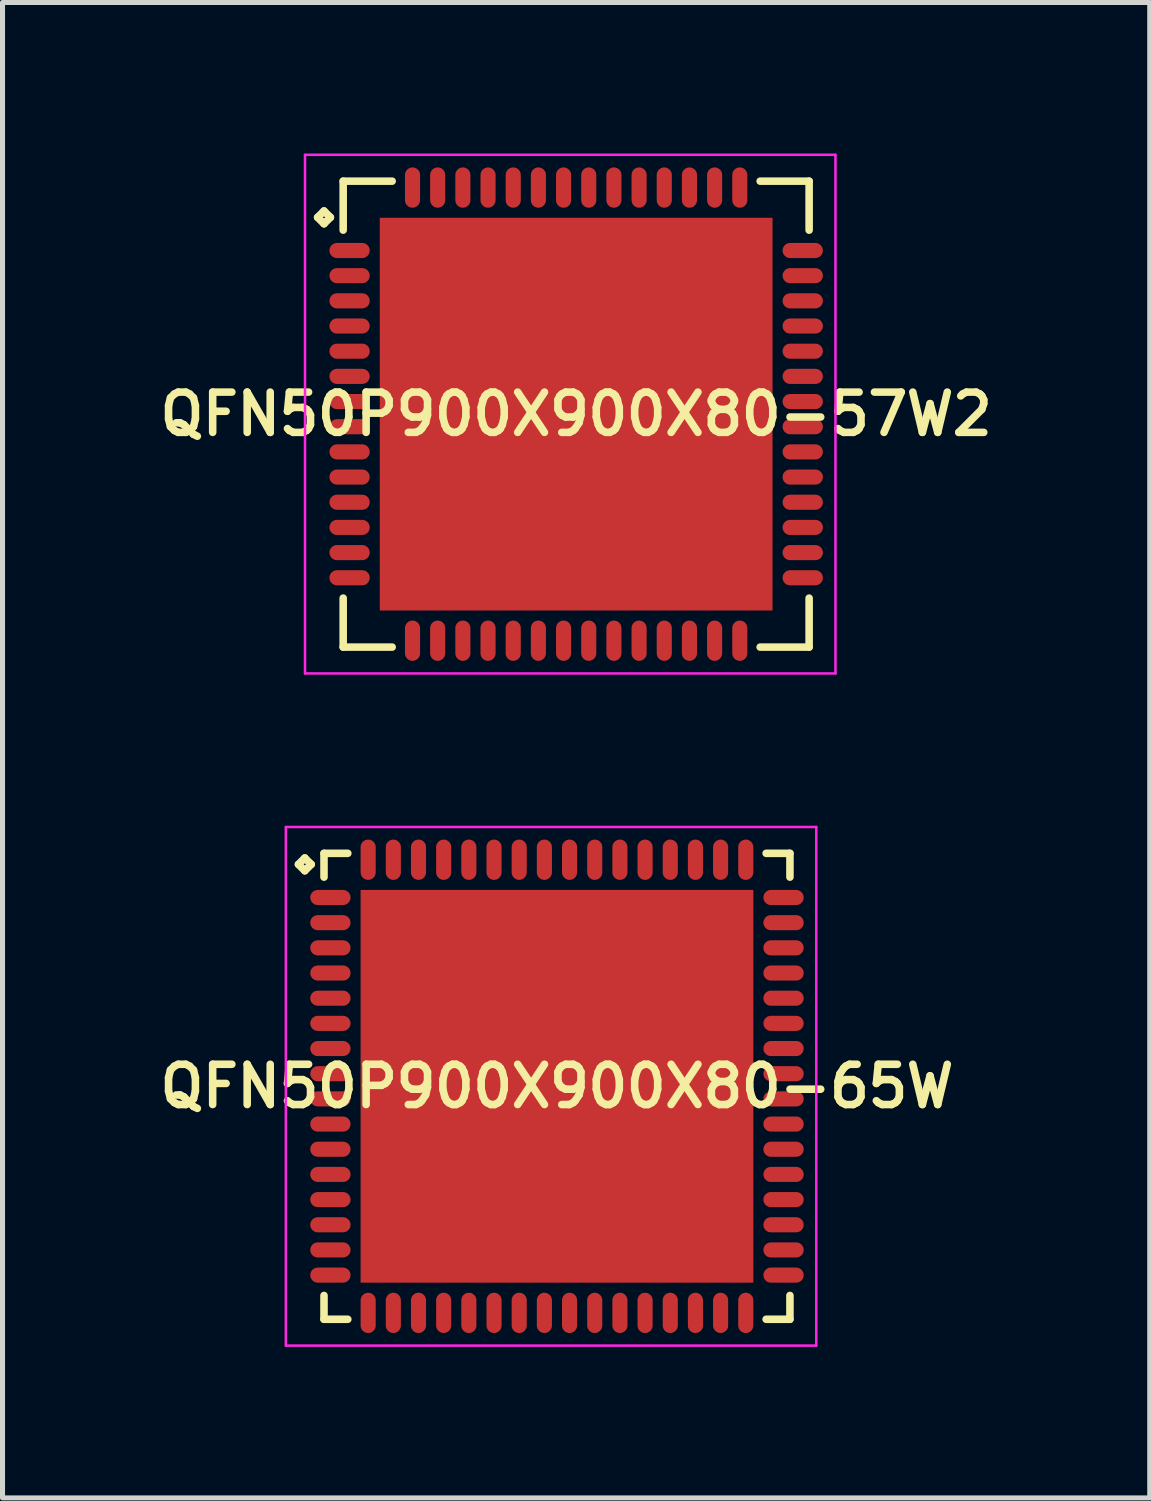
<source format=kicad_pcb>
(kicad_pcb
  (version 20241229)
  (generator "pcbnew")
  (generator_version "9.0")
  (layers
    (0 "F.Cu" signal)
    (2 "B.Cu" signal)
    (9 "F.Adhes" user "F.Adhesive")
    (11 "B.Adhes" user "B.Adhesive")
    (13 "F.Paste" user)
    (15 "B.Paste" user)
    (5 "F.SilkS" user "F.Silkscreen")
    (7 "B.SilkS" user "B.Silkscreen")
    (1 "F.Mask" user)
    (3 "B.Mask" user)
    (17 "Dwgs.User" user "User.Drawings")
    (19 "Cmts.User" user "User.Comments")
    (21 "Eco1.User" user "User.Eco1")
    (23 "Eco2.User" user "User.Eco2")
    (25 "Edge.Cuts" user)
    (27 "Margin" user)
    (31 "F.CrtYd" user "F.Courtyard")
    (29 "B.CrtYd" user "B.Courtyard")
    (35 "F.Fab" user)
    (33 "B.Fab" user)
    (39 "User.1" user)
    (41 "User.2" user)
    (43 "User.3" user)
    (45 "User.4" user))
  (footprint "QFN50P900X900X80-65W"
    (layer "F.Cu")
    (at 8.012 18.525)
    (property "Reference" "QFN50P900X900X80-65W" (at 0 0 0) (layer "F.SilkS") (effects (font (size 0.8 0.8) (thickness 0.15))))
    (attr smd)
    (fp_line (start -5.135 -4.408) (end -5.008 -4.535) (stroke (width 0.15) (type solid)) (layer "F.SilkS"))
    (fp_line (start -5.008 -4.535) (end -4.881 -4.408) (stroke (width 0.15) (type solid)) (layer "F.SilkS"))
    (fp_line (start -5.008 -4.281) (end -5.135 -4.408) (stroke (width 0.15) (type solid)) (layer "F.SilkS"))
    (fp_line (start -4.881 -4.408) (end -5.008 -4.281) (stroke (width 0.15) (type solid)) (layer "F.SilkS"))
    (fp_line (start -4.627 -4.627) (end -4.154 -4.627) (stroke (width 0.15) (type solid)) (layer "F.SilkS"))
    (fp_line (start -4.627 -4.154) (end -4.627 -4.627) (stroke (width 0.15) (type solid)) (layer "F.SilkS"))
    (fp_line (start -4.627 4.154) (end -4.627 4.627) (stroke (width 0.15) (type solid)) (layer "F.SilkS"))
    (fp_line (start -4.627 4.627) (end -4.154 4.627) (stroke (width 0.15) (type solid)) (layer "F.SilkS"))
    (fp_line (start 4.154 -4.627) (end 4.627 -4.627) (stroke (width 0.15) (type solid)) (layer "F.SilkS"))
    (fp_line (start 4.154 4.627) (end 4.627 4.627) (stroke (width 0.15) (type solid)) (layer "F.SilkS"))
    (fp_line (start 4.627 -4.627) (end 4.627 -4.154) (stroke (width 0.15) (type solid)) (layer "F.SilkS"))
    (fp_line (start 4.627 4.627) (end 4.627 4.154) (stroke (width 0.15) (type solid)) (layer "F.SilkS"))
    (fp_line (start -5.385 -5.15) (end 5.15 -5.15) (stroke (width 0.05) (type solid)) (layer "F.CrtYd"))
    (fp_line (start -5.385 5.15) (end -5.385 -5.15) (stroke (width 0.05) (type solid)) (layer "F.CrtYd"))
    (fp_line (start 5.15 -5.15) (end 5.15 5.15) (stroke (width 0.05) (type solid)) (layer "F.CrtYd"))
    (fp_line (start 5.15 5.15) (end -5.385 5.15) (stroke (width 0.05) (type solid)) (layer "F.CrtYd"))
    (pad "1" smd oval (at -4.5 -3.75) (size 0.8 0.3) (layers "F.Cu" "F.Mask" "F.Paste"))
    (pad "2" smd oval (at -4.5 -3.25) (size 0.8 0.3) (layers "F.Cu" "F.Mask" "F.Paste"))
    (pad "3" smd oval (at -4.5 -2.75) (size 0.8 0.3) (layers "F.Cu" "F.Mask" "F.Paste"))
    (pad "4" smd oval (at -4.5 -2.25) (size 0.8 0.3) (layers "F.Cu" "F.Mask" "F.Paste"))
    (pad "5" smd oval (at -4.5 -1.75) (size 0.8 0.3) (layers "F.Cu" "F.Mask" "F.Paste"))
    (pad "6" smd oval (at -4.5 -1.25) (size 0.8 0.3) (layers "F.Cu" "F.Mask" "F.Paste"))
    (pad "7" smd oval (at -4.5 -0.75) (size 0.8 0.3) (layers "F.Cu" "F.Mask" "F.Paste"))
    (pad "8" smd oval (at -4.5 -0.25) (size 0.8 0.3) (layers "F.Cu" "F.Mask" "F.Paste"))
    (pad "9" smd oval (at -4.5 0.25) (size 0.8 0.3) (layers "F.Cu" "F.Mask" "F.Paste"))
    (pad "10" smd oval (at -4.5 0.75) (size 0.8 0.3) (layers "F.Cu" "F.Mask" "F.Paste"))
    (pad "11" smd oval (at -4.5 1.25) (size 0.8 0.3) (layers "F.Cu" "F.Mask" "F.Paste"))
    (pad "12" smd oval (at -4.5 1.75) (size 0.8 0.3) (layers "F.Cu" "F.Mask" "F.Paste"))
    (pad "13" smd oval (at -4.5 2.25) (size 0.8 0.3) (layers "F.Cu" "F.Mask" "F.Paste"))
    (pad "14" smd oval (at -4.5 2.75) (size 0.8 0.3) (layers "F.Cu" "F.Mask" "F.Paste"))
    (pad "15" smd oval (at -4.5 3.25) (size 0.8 0.3) (layers "F.Cu" "F.Mask" "F.Paste"))
    (pad "16" smd oval (at -4.5 3.75) (size 0.8 0.3) (layers "F.Cu" "F.Mask" "F.Paste"))
    (pad "17" smd oval (at -3.75 4.5) (size 0.3 0.8) (layers "F.Cu" "F.Mask" "F.Paste"))
    (pad "18" smd oval (at -3.25 4.5) (size 0.3 0.8) (layers "F.Cu" "F.Mask" "F.Paste"))
    (pad "19" smd oval (at -2.75 4.5) (size 0.3 0.8) (layers "F.Cu" "F.Mask" "F.Paste"))
    (pad "20" smd oval (at -2.25 4.5) (size 0.3 0.8) (layers "F.Cu" "F.Mask" "F.Paste"))
    (pad "21" smd oval (at -1.75 4.5) (size 0.3 0.8) (layers "F.Cu" "F.Mask" "F.Paste"))
    (pad "22" smd oval (at -1.25 4.5) (size 0.3 0.8) (layers "F.Cu" "F.Mask" "F.Paste"))
    (pad "23" smd oval (at -0.75 4.5) (size 0.3 0.8) (layers "F.Cu" "F.Mask" "F.Paste"))
    (pad "24" smd oval (at -0.25 4.5) (size 0.3 0.8) (layers "F.Cu" "F.Mask" "F.Paste"))
    (pad "25" smd oval (at 0.25 4.5) (size 0.3 0.8) (layers "F.Cu" "F.Mask" "F.Paste"))
    (pad "26" smd oval (at 0.75 4.5) (size 0.3 0.8) (layers "F.Cu" "F.Mask" "F.Paste"))
    (pad "27" smd oval (at 1.25 4.5) (size 0.3 0.8) (layers "F.Cu" "F.Mask" "F.Paste"))
    (pad "28" smd oval (at 1.75 4.5) (size 0.3 0.8) (layers "F.Cu" "F.Mask" "F.Paste"))
    (pad "29" smd oval (at 2.25 4.5) (size 0.3 0.8) (layers "F.Cu" "F.Mask" "F.Paste"))
    (pad "30" smd oval (at 2.75 4.5) (size 0.3 0.8) (layers "F.Cu" "F.Mask" "F.Paste"))
    (pad "31" smd oval (at 3.25 4.5) (size 0.3 0.8) (layers "F.Cu" "F.Mask" "F.Paste"))
    (pad "32" smd oval (at 3.75 4.5) (size 0.3 0.8) (layers "F.Cu" "F.Mask" "F.Paste"))
    (pad "33" smd oval (at 4.5 3.75) (size 0.8 0.3) (layers "F.Cu" "F.Mask" "F.Paste"))
    (pad "34" smd oval (at 4.5 3.25) (size 0.8 0.3) (layers "F.Cu" "F.Mask" "F.Paste"))
    (pad "35" smd oval (at 4.5 2.75) (size 0.8 0.3) (layers "F.Cu" "F.Mask" "F.Paste"))
    (pad "36" smd oval (at 4.5 2.25) (size 0.8 0.3) (layers "F.Cu" "F.Mask" "F.Paste"))
    (pad "37" smd oval (at 4.5 1.75) (size 0.8 0.3) (layers "F.Cu" "F.Mask" "F.Paste"))
    (pad "38" smd oval (at 4.5 1.25) (size 0.8 0.3) (layers "F.Cu" "F.Mask" "F.Paste"))
    (pad "39" smd oval (at 4.5 0.75) (size 0.8 0.3) (layers "F.Cu" "F.Mask" "F.Paste"))
    (pad "40" smd oval (at 4.5 0.25) (size 0.8 0.3) (layers "F.Cu" "F.Mask" "F.Paste"))
    (pad "41" smd oval (at 4.5 -0.25) (size 0.8 0.3) (layers "F.Cu" "F.Mask" "F.Paste"))
    (pad "42" smd oval (at 4.5 -0.75) (size 0.8 0.3) (layers "F.Cu" "F.Mask" "F.Paste"))
    (pad "43" smd oval (at 4.5 -1.25) (size 0.8 0.3) (layers "F.Cu" "F.Mask" "F.Paste"))
    (pad "44" smd oval (at 4.5 -1.75) (size 0.8 0.3) (layers "F.Cu" "F.Mask" "F.Paste"))
    (pad "45" smd oval (at 4.5 -2.25) (size 0.8 0.3) (layers "F.Cu" "F.Mask" "F.Paste"))
    (pad "46" smd oval (at 4.5 -2.75) (size 0.8 0.3) (layers "F.Cu" "F.Mask" "F.Paste"))
    (pad "47" smd oval (at 4.5 -3.25) (size 0.8 0.3) (layers "F.Cu" "F.Mask" "F.Paste"))
    (pad "48" smd oval (at 4.5 -3.75) (size 0.8 0.3) (layers "F.Cu" "F.Mask" "F.Paste"))
    (pad "49" smd oval (at 3.75 -4.5) (size 0.3 0.8) (layers "F.Cu" "F.Mask" "F.Paste"))
    (pad "50" smd oval (at 3.25 -4.5) (size 0.3 0.8) (layers "F.Cu" "F.Mask" "F.Paste"))
    (pad "51" smd oval (at 2.75 -4.5) (size 0.3 0.8) (layers "F.Cu" "F.Mask" "F.Paste"))
    (pad "52" smd oval (at 2.25 -4.5) (size 0.3 0.8) (layers "F.Cu" "F.Mask" "F.Paste"))
    (pad "53" smd oval (at 1.75 -4.5) (size 0.3 0.8) (layers "F.Cu" "F.Mask" "F.Paste"))
    (pad "54" smd oval (at 1.25 -4.5) (size 0.3 0.8) (layers "F.Cu" "F.Mask" "F.Paste"))
    (pad "55" smd oval (at 0.75 -4.5) (size 0.3 0.8) (layers "F.Cu" "F.Mask" "F.Paste"))
    (pad "56" smd oval (at 0.25 -4.5) (size 0.3 0.8) (layers "F.Cu" "F.Mask" "F.Paste"))
    (pad "57" smd oval (at -0.25 -4.5) (size 0.3 0.8) (layers "F.Cu" "F.Mask" "F.Paste"))
    (pad "58" smd oval (at -0.75 -4.5) (size 0.3 0.8) (layers "F.Cu" "F.Mask" "F.Paste"))
    (pad "59" smd oval (at -1.25 -4.5) (size 0.3 0.8) (layers "F.Cu" "F.Mask" "F.Paste"))
    (pad "60" smd oval (at -1.75 -4.5) (size 0.3 0.8) (layers "F.Cu" "F.Mask" "F.Paste"))
    (pad "61" smd oval (at -2.25 -4.5) (size 0.3 0.8) (layers "F.Cu" "F.Mask" "F.Paste"))
    (pad "62" smd oval (at -2.75 -4.5) (size 0.3 0.8) (layers "F.Cu" "F.Mask" "F.Paste"))
    (pad "63" smd oval (at -3.25 -4.5) (size 0.3 0.8) (layers "F.Cu" "F.Mask" "F.Paste"))
    (pad "64" smd oval (at -3.75 -4.5) (size 0.3 0.8) (layers "F.Cu" "F.Mask" "F.Paste"))
    (pad "65" smd rect (at 0 0) (size 7.8 7.8) (layers "F.Cu" "F.Mask" "F.Paste")))
  (footprint "QFN50P900X900X80-57W2"
    (layer "F.Cu")
    (at 8.393 5.175)
    (property "Reference" "QFN50P900X900X80-57W2" (at 0 0 0) (layer "F.SilkS") (effects (font (size 0.8 0.8) (thickness 0.15))))
    (attr smd)
    (fp_line (start -5.135 -3.908) (end -5.008 -4.035) (stroke (width 0.15) (type solid)) (layer "F.SilkS"))
    (fp_line (start -5.008 -4.035) (end -4.881 -3.908) (stroke (width 0.15) (type solid)) (layer "F.SilkS"))
    (fp_line (start -5.008 -3.781) (end -5.135 -3.908) (stroke (width 0.15) (type solid)) (layer "F.SilkS"))
    (fp_line (start -4.881 -3.908) (end -5.008 -3.781) (stroke (width 0.15) (type solid)) (layer "F.SilkS"))
    (fp_line (start -4.627 -4.627) (end -3.654 -4.627) (stroke (width 0.15) (type solid)) (layer "F.SilkS"))
    (fp_line (start -4.627 -3.654) (end -4.627 -4.627) (stroke (width 0.15) (type solid)) (layer "F.SilkS"))
    (fp_line (start -4.627 3.654) (end -4.627 4.627) (stroke (width 0.15) (type solid)) (layer "F.SilkS"))
    (fp_line (start -4.627 4.627) (end -3.654 4.627) (stroke (width 0.15) (type solid)) (layer "F.SilkS"))
    (fp_line (start 3.654 -4.627) (end 4.627 -4.627) (stroke (width 0.15) (type solid)) (layer "F.SilkS"))
    (fp_line (start 3.654 4.627) (end 4.627 4.627) (stroke (width 0.15) (type solid)) (layer "F.SilkS"))
    (fp_line (start 4.627 -4.627) (end 4.627 -3.654) (stroke (width 0.15) (type solid)) (layer "F.SilkS"))
    (fp_line (start 4.627 4.627) (end 4.627 3.654) (stroke (width 0.15) (type solid)) (layer "F.SilkS"))
    (fp_line (start -5.385 -5.15) (end 5.15 -5.15) (stroke (width 0.05) (type solid)) (layer "F.CrtYd"))
    (fp_line (start -5.385 5.15) (end -5.385 -5.15) (stroke (width 0.05) (type solid)) (layer "F.CrtYd"))
    (fp_line (start 5.15 -5.15) (end 5.15 5.15) (stroke (width 0.05) (type solid)) (layer "F.CrtYd"))
    (fp_line (start 5.15 5.15) (end -5.385 5.15) (stroke (width 0.05) (type solid)) (layer "F.CrtYd"))
    (pad "1" smd oval (at -4.5 -3.25) (size 0.8 0.3) (layers "F.Cu" "F.Mask" "F.Paste"))
    (pad "2" smd oval (at -4.5 -2.75) (size 0.8 0.3) (layers "F.Cu" "F.Mask" "F.Paste"))
    (pad "3" smd oval (at -4.5 -2.25) (size 0.8 0.3) (layers "F.Cu" "F.Mask" "F.Paste"))
    (pad "4" smd oval (at -4.5 -1.75) (size 0.8 0.3) (layers "F.Cu" "F.Mask" "F.Paste"))
    (pad "5" smd oval (at -4.5 -1.25) (size 0.8 0.3) (layers "F.Cu" "F.Mask" "F.Paste"))
    (pad "6" smd oval (at -4.5 -0.75) (size 0.8 0.3) (layers "F.Cu" "F.Mask" "F.Paste"))
    (pad "7" smd oval (at -4.5 -0.25) (size 0.8 0.3) (layers "F.Cu" "F.Mask" "F.Paste"))
    (pad "8" smd oval (at -4.5 0.25) (size 0.8 0.3) (layers "F.Cu" "F.Mask" "F.Paste"))
    (pad "9" smd oval (at -4.5 0.75) (size 0.8 0.3) (layers "F.Cu" "F.Mask" "F.Paste"))
    (pad "10" smd oval (at -4.5 1.25) (size 0.8 0.3) (layers "F.Cu" "F.Mask" "F.Paste"))
    (pad "11" smd oval (at -4.5 1.75) (size 0.8 0.3) (layers "F.Cu" "F.Mask" "F.Paste"))
    (pad "12" smd oval (at -4.5 2.25) (size 0.8 0.3) (layers "F.Cu" "F.Mask" "F.Paste"))
    (pad "13" smd oval (at -4.5 2.75) (size 0.8 0.3) (layers "F.Cu" "F.Mask" "F.Paste"))
    (pad "14" smd oval (at -4.5 3.25) (size 0.8 0.3) (layers "F.Cu" "F.Mask" "F.Paste"))
    (pad "15" smd oval (at -3.25 4.5) (size 0.3 0.8) (layers "F.Cu" "F.Mask" "F.Paste"))
    (pad "16" smd oval (at -2.75 4.5) (size 0.3 0.8) (layers "F.Cu" "F.Mask" "F.Paste"))
    (pad "17" smd oval (at -2.25 4.5) (size 0.3 0.8) (layers "F.Cu" "F.Mask" "F.Paste"))
    (pad "18" smd oval (at -1.75 4.5) (size 0.3 0.8) (layers "F.Cu" "F.Mask" "F.Paste"))
    (pad "19" smd oval (at -1.25 4.5) (size 0.3 0.8) (layers "F.Cu" "F.Mask" "F.Paste"))
    (pad "20" smd oval (at -0.75 4.5) (size 0.3 0.8) (layers "F.Cu" "F.Mask" "F.Paste"))
    (pad "21" smd oval (at -0.25 4.5) (size 0.3 0.8) (layers "F.Cu" "F.Mask" "F.Paste"))
    (pad "22" smd oval (at 0.25 4.5) (size 0.3 0.8) (layers "F.Cu" "F.Mask" "F.Paste"))
    (pad "23" smd oval (at 0.75 4.5) (size 0.3 0.8) (layers "F.Cu" "F.Mask" "F.Paste"))
    (pad "24" smd oval (at 1.25 4.5) (size 0.3 0.8) (layers "F.Cu" "F.Mask" "F.Paste"))
    (pad "25" smd oval (at 1.75 4.5) (size 0.3 0.8) (layers "F.Cu" "F.Mask" "F.Paste"))
    (pad "26" smd oval (at 2.25 4.5) (size 0.3 0.8) (layers "F.Cu" "F.Mask" "F.Paste"))
    (pad "27" smd oval (at 2.75 4.5) (size 0.3 0.8) (layers "F.Cu" "F.Mask" "F.Paste"))
    (pad "28" smd oval (at 3.25 4.5) (size 0.3 0.8) (layers "F.Cu" "F.Mask" "F.Paste"))
    (pad "29" smd oval (at 4.5 3.25) (size 0.8 0.3) (layers "F.Cu" "F.Mask" "F.Paste"))
    (pad "30" smd oval (at 4.5 2.75) (size 0.8 0.3) (layers "F.Cu" "F.Mask" "F.Paste"))
    (pad "31" smd oval (at 4.5 2.25) (size 0.8 0.3) (layers "F.Cu" "F.Mask" "F.Paste"))
    (pad "32" smd oval (at 4.5 1.75) (size 0.8 0.3) (layers "F.Cu" "F.Mask" "F.Paste"))
    (pad "33" smd oval (at 4.5 1.25) (size 0.8 0.3) (layers "F.Cu" "F.Mask" "F.Paste"))
    (pad "34" smd oval (at 4.5 0.75) (size 0.8 0.3) (layers "F.Cu" "F.Mask" "F.Paste"))
    (pad "35" smd oval (at 4.5 0.25) (size 0.8 0.3) (layers "F.Cu" "F.Mask" "F.Paste"))
    (pad "36" smd oval (at 4.5 -0.25) (size 0.8 0.3) (layers "F.Cu" "F.Mask" "F.Paste"))
    (pad "37" smd oval (at 4.5 -0.75) (size 0.8 0.3) (layers "F.Cu" "F.Mask" "F.Paste"))
    (pad "38" smd oval (at 4.5 -1.25) (size 0.8 0.3) (layers "F.Cu" "F.Mask" "F.Paste"))
    (pad "39" smd oval (at 4.5 -1.75) (size 0.8 0.3) (layers "F.Cu" "F.Mask" "F.Paste"))
    (pad "40" smd oval (at 4.5 -2.25) (size 0.8 0.3) (layers "F.Cu" "F.Mask" "F.Paste"))
    (pad "41" smd oval (at 4.5 -2.75) (size 0.8 0.3) (layers "F.Cu" "F.Mask" "F.Paste"))
    (pad "42" smd oval (at 4.5 -3.25) (size 0.8 0.3) (layers "F.Cu" "F.Mask" "F.Paste"))
    (pad "43" smd oval (at 3.25 -4.5) (size 0.3 0.8) (layers "F.Cu" "F.Mask" "F.Paste"))
    (pad "44" smd oval (at 2.75 -4.5) (size 0.3 0.8) (layers "F.Cu" "F.Mask" "F.Paste"))
    (pad "45" smd oval (at 2.25 -4.5) (size 0.3 0.8) (layers "F.Cu" "F.Mask" "F.Paste"))
    (pad "46" smd oval (at 1.75 -4.5) (size 0.3 0.8) (layers "F.Cu" "F.Mask" "F.Paste"))
    (pad "47" smd oval (at 1.25 -4.5) (size 0.3 0.8) (layers "F.Cu" "F.Mask" "F.Paste"))
    (pad "48" smd oval (at 0.75 -4.5) (size 0.3 0.8) (layers "F.Cu" "F.Mask" "F.Paste"))
    (pad "49" smd oval (at 0.25 -4.5) (size 0.3 0.8) (layers "F.Cu" "F.Mask" "F.Paste"))
    (pad "50" smd oval (at -0.25 -4.5) (size 0.3 0.8) (layers "F.Cu" "F.Mask" "F.Paste"))
    (pad "51" smd oval (at -0.75 -4.5) (size 0.3 0.8) (layers "F.Cu" "F.Mask" "F.Paste"))
    (pad "52" smd oval (at -1.25 -4.5) (size 0.3 0.8) (layers "F.Cu" "F.Mask" "F.Paste"))
    (pad "53" smd oval (at -1.75 -4.5) (size 0.3 0.8) (layers "F.Cu" "F.Mask" "F.Paste"))
    (pad "54" smd oval (at -2.25 -4.5) (size 0.3 0.8) (layers "F.Cu" "F.Mask" "F.Paste"))
    (pad "55" smd oval (at -2.75 -4.5) (size 0.3 0.8) (layers "F.Cu" "F.Mask" "F.Paste"))
    (pad "56" smd oval (at -3.25 -4.5) (size 0.3 0.8) (layers "F.Cu" "F.Mask" "F.Paste"))
    (pad "57" smd rect (at 0 0) (size 7.8 7.8) (layers "F.Cu" "F.Mask" "F.Paste")))
  (gr_rect
    (start -3 -3)
    (end 19.785 26.7)
    (stroke (width 0.1) (type default))
    (fill no)
    (layer "Edge.Cuts")))
</source>
